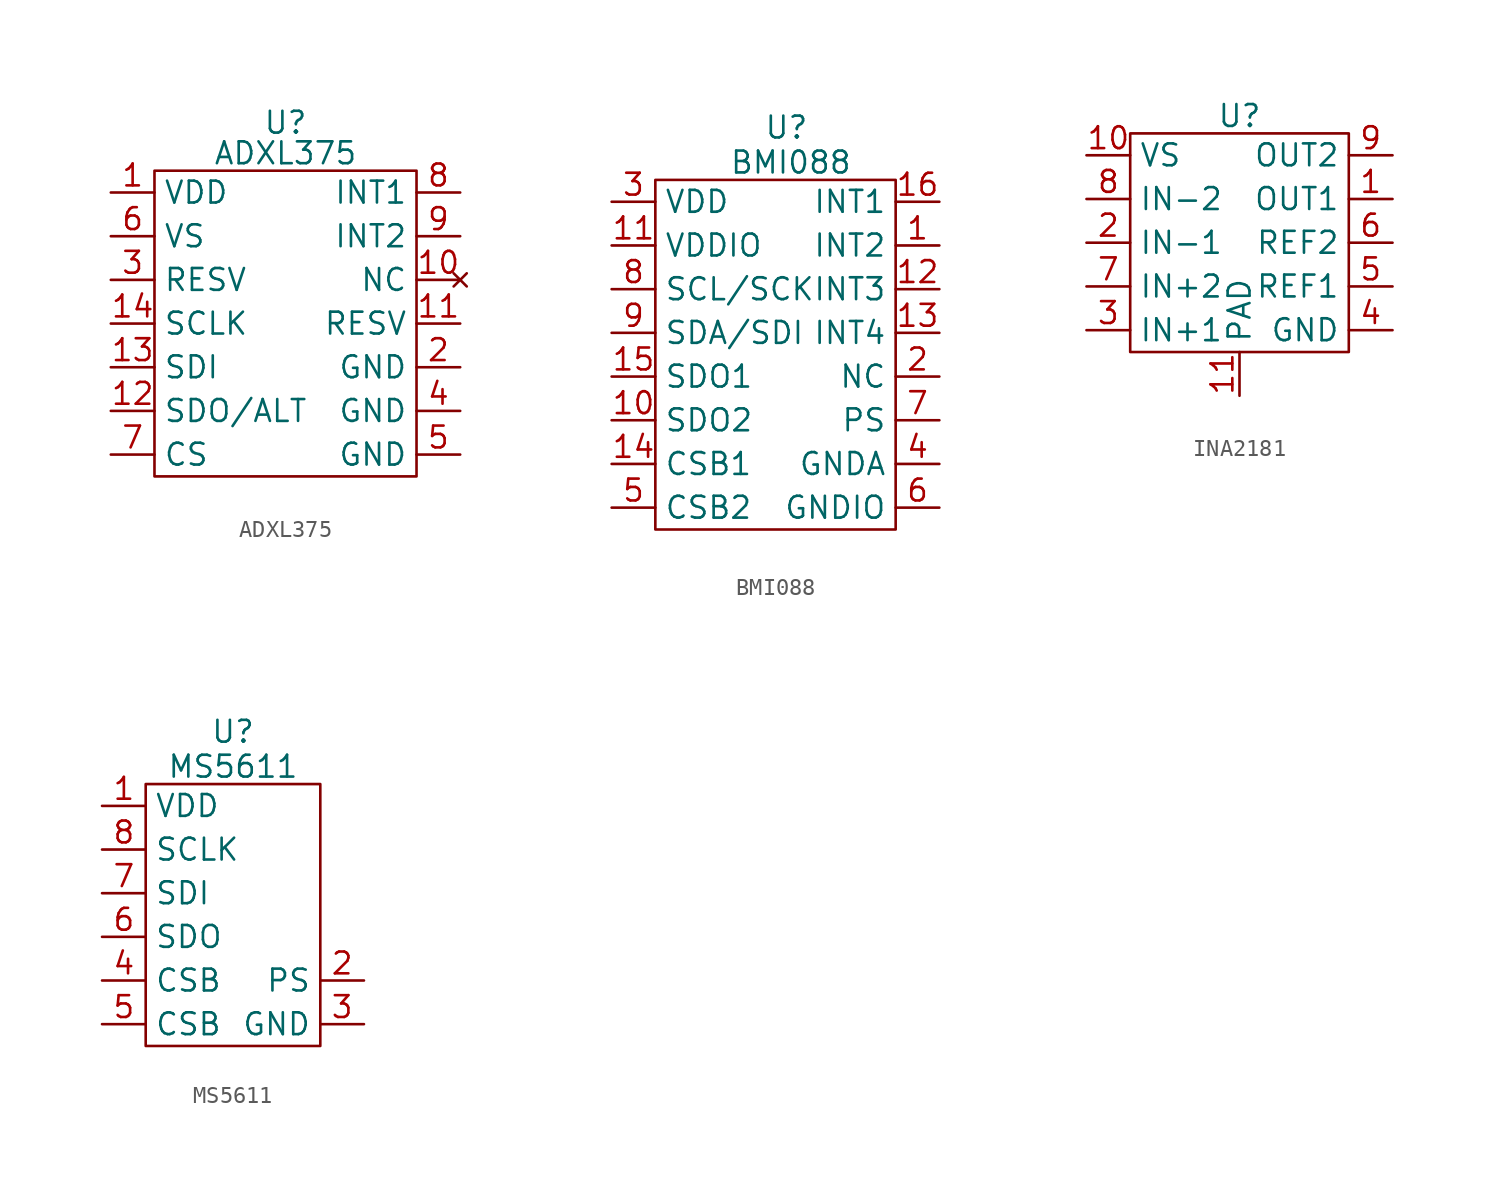
<source format=kicad_sym>
(kicad_symbol_lib
  (version 20231120)
  (generator "kicad_symbol_editor")
  (generator_version "8.0")
  (symbol "ADXL375"
    (property "Reference" "U"
      (at 0 11.684 0)
      (effects (font (size 1.27 1.27))))
    (property "Value" "ADXL375"
      (at 0 9.906 0)
      (effects (font (size 1.27 1.27))))
    (symbol "ADXL375_0_0"
      (pin power_in line (at -10.16 7.62 0) (length 2.54) (name "VDD" (effects (font (size 1.27 1.27)))) (number "1" (effects (font (size 1.27 1.27)))))
      (pin no_connect line (at 10.16 2.54 180) (length 2.54) (name "NC" (effects (font (size 1.27 1.27)))) (number "10" (effects (font (size 1.27 1.27)))))
      (pin unspecified line (at 10.16 0 180) (length 2.54) (name "RESV" (effects (font (size 1.27 1.27)))) (number "11" (effects (font (size 1.27 1.27)))))
      (pin bidirectional line (at -10.16 -5.08 0) (length 2.54) (name "SDO/ALT" (effects (font (size 1.27 1.27)))) (number "12" (effects (font (size 1.27 1.27)))))
      (pin power_in line (at 10.16 -2.54 180) (length 2.54) (name "GND" (effects (font (size 1.27 1.27)))) (number "2" (effects (font (size 1.27 1.27)))))
      (pin unspecified line (at -10.16 2.54 0) (length 2.54) (name "RESV" (effects (font (size 1.27 1.27)))) (number "3" (effects (font (size 1.27 1.27)))))
      (pin power_in line (at 10.16 -5.08 180) (length 2.54) (name "GND" (effects (font (size 1.27 1.27)))) (number "4" (effects (font (size 1.27 1.27)))))
      (pin power_in line (at 10.16 -7.62 180) (length 2.54) (name "GND" (effects (font (size 1.27 1.27)))) (number "5" (effects (font (size 1.27 1.27)))))
      (pin input line (at -10.16 -7.62 0) (length 2.54) (name "CS" (effects (font (size 1.27 1.27)))) (number "7" (effects (font (size 1.27 1.27))))))
    (symbol "ADXL375_0_1"
      (rectangle (start -7.62 8.89) (end 7.62 -8.89) (stroke (width 0) (type default)) (fill (type none))))
    (symbol "ADXL375_1_0"
      (pin bidirectional line (at -10.16 -2.54 0) (length 2.54) (name "SDI" (effects (font (size 1.27 1.27)))) (number "13" (effects (font (size 1.27 1.27)))))
      (pin input line (at -10.16 0 0) (length 2.54) (name "SCLK" (effects (font (size 1.27 1.27)))) (number "14" (effects (font (size 1.27 1.27)))))
      (pin power_in line (at -10.16 5.08 0) (length 2.54) (name "VS" (effects (font (size 1.27 1.27)))) (number "6" (effects (font (size 1.27 1.27)))))
      (pin output line (at 10.16 7.62 180) (length 2.54) (name "INT1" (effects (font (size 1.27 1.27)))) (number "8" (effects (font (size 1.27 1.27)))))
      (pin output line (at 10.16 5.08 180) (length 2.54) (name "INT2" (effects (font (size 1.27 1.27)))) (number "9" (effects (font (size 1.27 1.27)))))))
  (symbol "BMI088"
    (property "Reference" "U"
      (at 0 13.208 0)
      (effects (font (size 1.27 1.27))))
    (property "Value" "BMI088"
      (at 0.254 11.176 0)
      (effects (font (size 1.27 1.27))))
    (symbol "BMI088_0_0"
      (pin output line (at -10.16 -3.81 0) (length 2.54) (name "SDO2" (effects (font (size 1.27 1.27)))) (number "10" (effects (font (size 1.27 1.27)))))
      (pin power_in line (at -10.16 6.35 0) (length 2.54) (name "VDDIO" (effects (font (size 1.27 1.27)))) (number "11" (effects (font (size 1.27 1.27)))))
      (pin bidirectional line (at 8.89 3.81 180) (length 2.54) (name "INT3" (effects (font (size 1.27 1.27)))) (number "12" (effects (font (size 1.27 1.27)))))
      (pin bidirectional line (at 8.89 1.27 180) (length 2.54) (name "INT4" (effects (font (size 1.27 1.27)))) (number "13" (effects (font (size 1.27 1.27)))))
      (pin input line (at -10.16 -6.35 0) (length 2.54) (name "CSB1" (effects (font (size 1.27 1.27)))) (number "14" (effects (font (size 1.27 1.27)))))
      (pin output line (at -10.16 -1.27 0) (length 2.54) (name "SDO1" (effects (font (size 1.27 1.27)))) (number "15" (effects (font (size 1.27 1.27)))))
      (pin power_in line (at -10.16 8.89 0) (length 2.54) (name "VDD" (effects (font (size 1.27 1.27)))) (number "3" (effects (font (size 1.27 1.27)))))
      (pin power_in line (at 8.89 -6.35 180) (length 2.54) (name "GNDA" (effects (font (size 1.27 1.27)))) (number "4" (effects (font (size 1.27 1.27)))))
      (pin input line (at -10.16 -8.89 0) (length 2.54) (name "CSB2" (effects (font (size 1.27 1.27)))) (number "5" (effects (font (size 1.27 1.27)))))
      (pin power_in line (at 8.89 -8.89 180) (length 2.54) (name "GNDIO" (effects (font (size 1.27 1.27)))) (number "6" (effects (font (size 1.27 1.27)))))
      (pin input line (at 8.89 -3.81 180) (length 2.54) (name "PS" (effects (font (size 1.27 1.27)))) (number "7" (effects (font (size 1.27 1.27)))))
      (pin input line (at -10.16 3.81 0) (length 2.54) (name "SCL/SCK" (effects (font (size 1.27 1.27)))) (number "8" (effects (font (size 1.27 1.27)))))
      (pin bidirectional line (at -10.16 1.27 0) (length 2.54) (name "SDA/SDI" (effects (font (size 1.27 1.27)))) (number "9" (effects (font (size 1.27 1.27))))))
    (symbol "BMI088_0_1"
      (rectangle (start -7.62 10.16) (end 6.35 -10.16) (stroke (width 0) (type default)) (fill (type none))))
    (symbol "BMI088_1_0"
      (pin output line (at 8.89 6.35 180) (length 2.54) (name "INT2" (effects (font (size 1.27 1.27)))) (number "1" (effects (font (size 1.27 1.27)))))
      (pin output line (at 8.89 8.89 180) (length 2.54) (name "INT1" (effects (font (size 1.27 1.27)))) (number "16" (effects (font (size 1.27 1.27)))))
      (pin passive line (at 8.89 -1.27 180) (length 2.54) (name "NC" (effects (font (size 1.27 1.27)))) (number "2" (effects (font (size 1.27 1.27)))))))
  (symbol "INA2181"
    (property "Reference" "U"
      (at 0 7.366 0)
      (effects (font (size 1.27 1.27))))
    (property "Value" ""
      (at 0 -1.27 0)
      (effects (font (size 1.27 1.27))))
    (symbol "INA2181_0_1"
      (rectangle (start -6.35 6.35) (end 6.35 -6.35) (stroke (width 0) (type default)) (fill (type none))))
    (symbol "INA2181_1_0"
      (pin power_in line (at -8.89 5.08 0) (length 2.54) (name "VS" (effects (font (size 1.27 1.27)))) (number "10" (effects (font (size 1.27 1.27)))))
      (pin power_in line (at 0 -8.89 90) (length 2.54) (name "PAD" (effects (font (size 1.27 1.27)))) (number "11" (effects (font (size 1.27 1.27)))))
      (pin input line (at -8.89 -5.08 0) (length 2.54) (name "IN+1" (effects (font (size 1.27 1.27)))) (number "3" (effects (font (size 1.27 1.27)))))
      (pin power_in line (at 8.89 -5.08 180) (length 2.54) (name "GND" (effects (font (size 1.27 1.27)))) (number "4" (effects (font (size 1.27 1.27)))))
      (pin input line (at 8.89 -2.54 180) (length 2.54) (name "REF1" (effects (font (size 1.27 1.27)))) (number "5" (effects (font (size 1.27 1.27)))))
      (pin input line (at 8.89 0 180) (length 2.54) (name "REF2" (effects (font (size 1.27 1.27)))) (number "6" (effects (font (size 1.27 1.27)))))
      (pin input line (at -8.89 -2.54 0) (length 2.54) (name "IN+2" (effects (font (size 1.27 1.27)))) (number "7" (effects (font (size 1.27 1.27)))))
      (pin input line (at -8.89 2.54 0) (length 2.54) (name "IN-2" (effects (font (size 1.27 1.27)))) (number "8" (effects (font (size 1.27 1.27)))))
      (pin output line (at 8.89 5.08 180) (length 2.54) (name "OUT2" (effects (font (size 1.27 1.27)))) (number "9" (effects (font (size 1.27 1.27))))))
    (symbol "INA2181_1_1"
      (pin output line (at 8.89 2.54 180) (length 2.54) (name "OUT1" (effects (font (size 1.27 1.27)))) (number "1" (effects (font (size 1.27 1.27)))))
      (pin input line (at -8.89 0 0) (length 2.54) (name "IN-1" (effects (font (size 1.27 1.27)))) (number "2" (effects (font (size 1.27 1.27)))))))
  (symbol "MS5611"
    (property "Reference" "U"
      (at 0 9.398 0)
      (effects (font (size 1.27 1.27))))
    (property "Value" "MS5611"
      (at 0 7.366 0)
      (effects (font (size 1.27 1.27))))
    (symbol "MS5611_0_0"
      (pin power_in line (at -7.62 5.08 0) (length 2.54) (name "VDD" (effects (font (size 1.27 1.27)))) (number "1" (effects (font (size 1.27 1.27)))))
      (pin input line (at 7.62 -5.08 180) (length 2.54) (name "PS" (effects (font (size 1.27 1.27)))) (number "2" (effects (font (size 1.27 1.27)))))
      (pin power_in line (at 7.62 -7.62 180) (length 2.54) (name "GND" (effects (font (size 1.27 1.27)))) (number "3" (effects (font (size 1.27 1.27)))))
      (pin input line (at -7.62 -5.08 0) (length 2.54) (name "CSB" (effects (font (size 1.27 1.27)))) (number "4" (effects (font (size 1.27 1.27)))))
      (pin input line (at -7.62 -7.62 0) (length 2.54) (name "CSB" (effects (font (size 1.27 1.27)))) (number "5" (effects (font (size 1.27 1.27)))))
      (pin output line (at -7.62 -2.54 0) (length 2.54) (name "SDO" (effects (font (size 1.27 1.27)))) (number "6" (effects (font (size 1.27 1.27)))))
      (pin input line (at -7.62 0 0) (length 2.54) (name "SDI" (effects (font (size 1.27 1.27)))) (number "7" (effects (font (size 1.27 1.27)))))
      (pin input line (at -7.62 2.54 0) (length 2.54) (name "SCLK" (effects (font (size 1.27 1.27)))) (number "8" (effects (font (size 1.27 1.27))))))
    (symbol "MS5611_0_1"
      (rectangle (start -5.08 -8.89) (end 5.08 6.35) (stroke (width 0) (type default)) (fill (type none))))))
</source>
